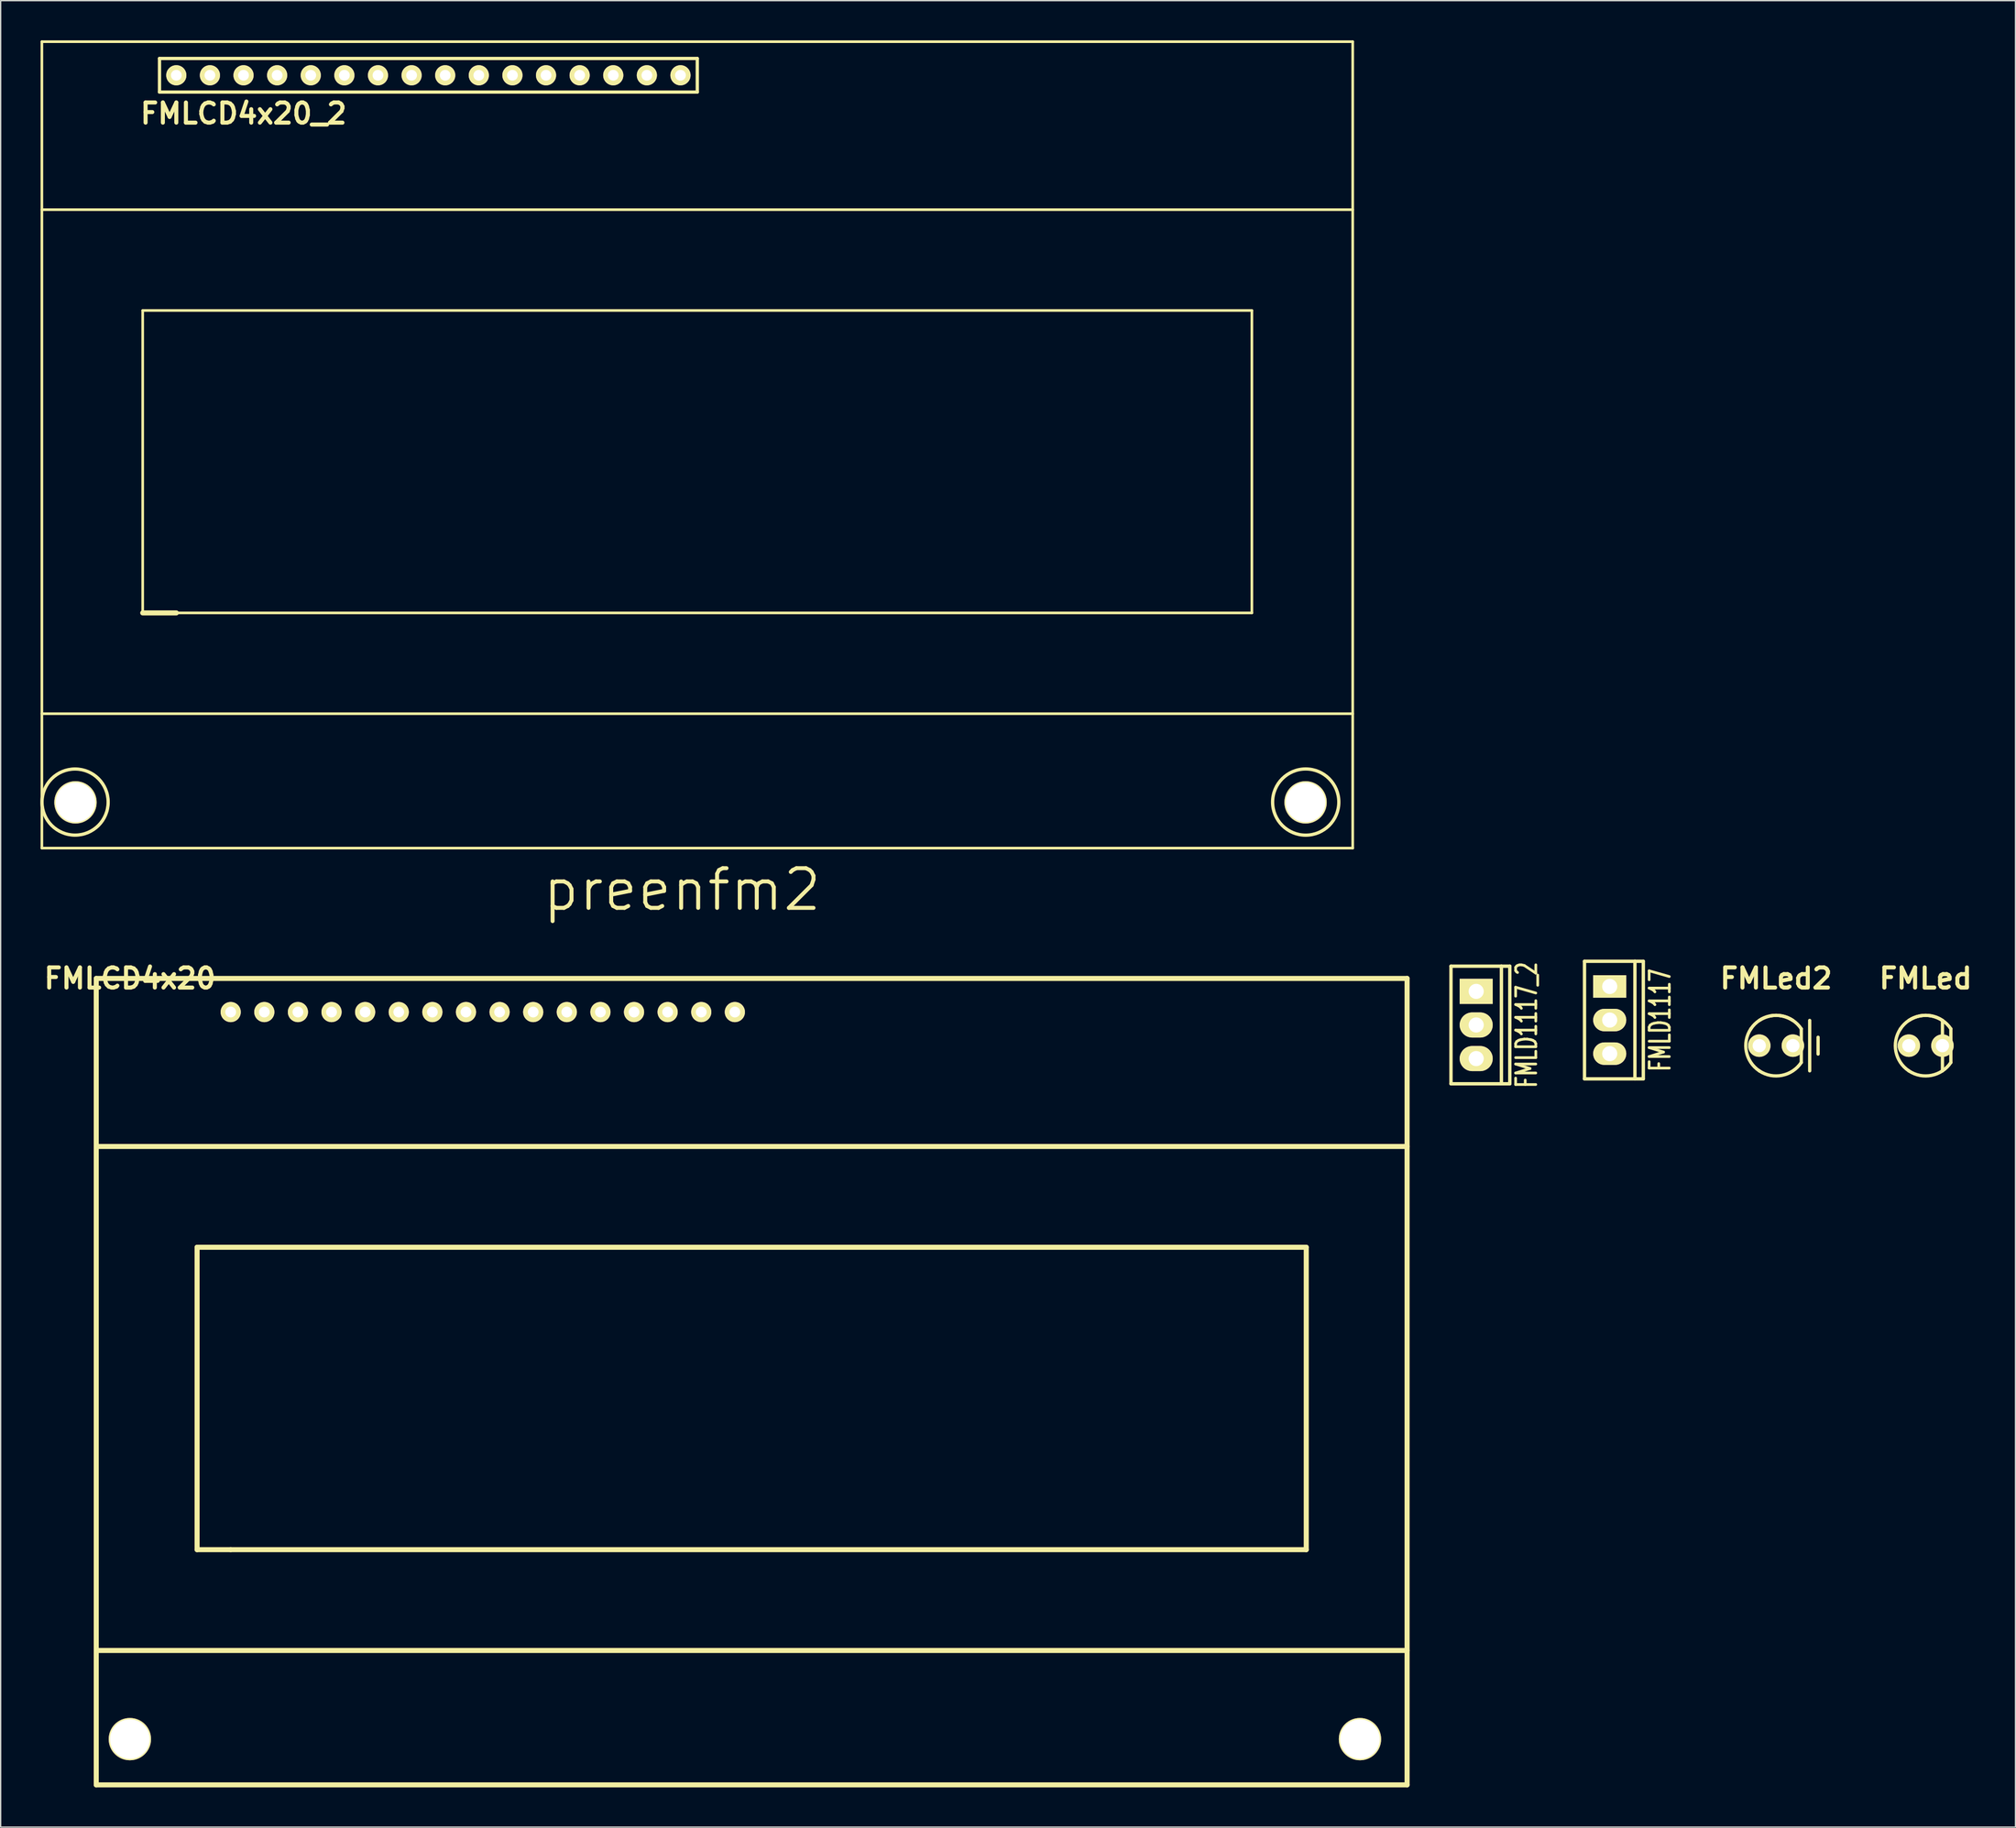
<source format=kicad_pcb>
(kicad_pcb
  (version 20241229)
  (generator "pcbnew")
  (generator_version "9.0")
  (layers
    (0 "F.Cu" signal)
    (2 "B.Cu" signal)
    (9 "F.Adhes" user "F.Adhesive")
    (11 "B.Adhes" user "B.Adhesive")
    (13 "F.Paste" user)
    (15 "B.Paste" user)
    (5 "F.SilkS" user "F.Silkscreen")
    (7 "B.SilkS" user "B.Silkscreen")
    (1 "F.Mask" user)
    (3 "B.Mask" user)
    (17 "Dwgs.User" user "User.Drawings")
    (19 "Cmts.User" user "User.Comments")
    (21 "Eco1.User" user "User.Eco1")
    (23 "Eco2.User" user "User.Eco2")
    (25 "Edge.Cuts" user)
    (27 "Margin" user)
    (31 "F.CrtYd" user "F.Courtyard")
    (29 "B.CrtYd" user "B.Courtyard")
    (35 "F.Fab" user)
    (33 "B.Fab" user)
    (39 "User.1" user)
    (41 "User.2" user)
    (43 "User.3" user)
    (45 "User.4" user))
  (footprint "FMLD1117"
    (layer "F.Cu")
    (at 118.596 74.058)
    (property "Reference" "FMLD1117" (at 3.81 0 90) (layer "F.SilkS") (effects (font (size 1.524 1.016) (thickness 0.203))))
    (attr through_hole)
    (fp_line (start -1.905 -4.445) (end 1.905 -4.445) (stroke (width 0.254) (type solid)) (layer "F.SilkS"))
    (fp_line (start -1.905 4.445) (end -1.905 -4.445) (stroke (width 0.254) (type solid)) (layer "F.SilkS"))
    (fp_line (start 1.905 -4.445) (end 1.905 4.445) (stroke (width 0.254) (type solid)) (layer "F.SilkS"))
    (fp_line (start 1.905 -4.445) (end 2.54 -4.445) (stroke (width 0.254) (type solid)) (layer "F.SilkS"))
    (fp_line (start 1.905 4.445) (end -1.905 4.445) (stroke (width 0.254) (type solid)) (layer "F.SilkS"))
    (fp_line (start 2.54 -4.445) (end 2.54 4.445) (stroke (width 0.254) (type solid)) (layer "F.SilkS"))
    (fp_line (start 2.54 4.445) (end 1.905 4.445) (stroke (width 0.254) (type solid)) (layer "F.SilkS"))
    (pad "1" thru_hole rect (at 0 -2.54) (size 2.499 1.699) (drill 1.143) (layers "*.Cu" "*.Mask" "F.SilkS"))
    (pad "2" thru_hole oval (at 0 0) (size 2.499 1.699) (drill 1.143) (layers "*.Cu" "*.Mask" "F.SilkS"))
    (pad "3" thru_hole oval (at 0 2.54) (size 2.499 1.699) (drill 1.143) (layers "*.Cu" "*.Mask" "F.SilkS")))
  (footprint "FMLD1117_2"
    (layer "F.Cu")
    (at 108.506 74.43)
    (property "Reference" "FMLD1117_2" (at 3.81 0 90) (layer "F.SilkS") (effects (font (size 1.524 1.016) (thickness 0.203))))
    (attr through_hole)
    (fp_line (start -1.905 -4.445) (end 1.905 -4.445) (stroke (width 0.254) (type solid)) (layer "F.SilkS"))
    (fp_line (start -1.905 4.445) (end -1.905 -4.445) (stroke (width 0.254) (type solid)) (layer "F.SilkS"))
    (fp_line (start 1.905 -4.445) (end 1.905 4.445) (stroke (width 0.254) (type solid)) (layer "F.SilkS"))
    (fp_line (start 1.905 -4.445) (end 2.54 -4.445) (stroke (width 0.254) (type solid)) (layer "F.SilkS"))
    (fp_line (start 1.905 4.445) (end -1.905 4.445) (stroke (width 0.254) (type solid)) (layer "F.SilkS"))
    (fp_line (start 2.54 -4.445) (end 2.54 4.445) (stroke (width 0.254) (type solid)) (layer "F.SilkS"))
    (fp_line (start 2.54 4.445) (end 1.905 4.445) (stroke (width 0.254) (type solid)) (layer "F.SilkS"))
    (pad "1" thru_hole rect (at 0 -2.54) (size 2.499 1.9) (drill 1.143) (layers "*.Cu" "*.Mask" "F.SilkS"))
    (pad "2" thru_hole oval (at 0 0) (size 2.499 1.9) (drill 1.143) (layers "*.Cu" "*.Mask" "F.SilkS"))
    (pad "3" thru_hole oval (at 0 2.54) (size 2.499 1.9) (drill 1.143) (layers "*.Cu" "*.Mask" "F.SilkS")))
  (footprint "FMLed"
    (layer "F.Cu")
    (at 142.471 75.992)
    (property "Reference" "FMLed" (at 0 -5.08 0) (layer "F.SilkS") (effects (font (size 1.524 1.524) (thickness 0.305))))
    (attr through_hole)
    (fp_line (start 1.27 1.905) (end 1.27 -1.905) (stroke (width 0.249) (type solid)) (layer "F.SilkS"))
    (fp_line (start 1.905 -1.27) (end 1.905 1.27) (stroke (width 0.249) (type solid)) (layer "F.SilkS"))
    (fp_arc (start -1.905 -1.27) (mid -0.449013 -2.245064) (end 1.27 -1.905) (stroke (width 0.24892) (type solid)) (layer "F.SilkS"))
    (fp_arc (start -1.27 -1.905) (mid 0.449013 -2.245064) (end 1.905 -1.27) (stroke (width 0.24892) (type solid)) (layer "F.SilkS"))
    (fp_arc (start -1.27 1.905) (mid -2.245064 0.449013) (end -1.905 -1.27) (stroke (width 0.24892) (type solid)) (layer "F.SilkS"))
    (fp_arc (start 1.905 1.27) (mid 0.449013 2.245064) (end -1.27 1.905) (stroke (width 0.24892) (type solid)) (layer "F.SilkS"))
    (pad "1" thru_hole circle (at -1.27 0) (size 1.699 1.699) (drill 1.001) (layers "*.Cu" "*.Mask" "F.SilkS"))
    (pad "2" thru_hole circle (at 1.27 0) (size 1.699 1.699) (drill 1.001) (layers "*.Cu" "*.Mask" "F.SilkS")))
  (footprint "FMLCD4x20"
    (layer "F.Cu")
    (at 52.484 101.392)
    (property "Reference" "FMLCD4x20" (at -45.72 -30.48 0) (layer "F.SilkS") (effects (font (size 1.524 1.524) (thickness 0.305))))
    (attr through_hole)
    (fp_line (start -48.26 -30.48) (end 50.8 -30.48) (stroke (width 0.381) (type solid)) (layer "F.SilkS"))
    (fp_line (start -48.26 -17.78) (end 50.8 -17.78) (stroke (width 0.381) (type solid)) (layer "F.SilkS"))
    (fp_line (start -48.26 20.32) (end 50.8 20.32) (stroke (width 0.381) (type solid)) (layer "F.SilkS"))
    (fp_line (start -48.26 30.48) (end -48.26 -30.48) (stroke (width 0.381) (type solid)) (layer "F.SilkS"))
    (fp_line (start -40.64 -10.16) (end 43.18 -10.16) (stroke (width 0.381) (type solid)) (layer "F.SilkS"))
    (fp_line (start -40.64 12.7) (end -40.64 -10.16) (stroke (width 0.381) (type solid)) (layer "F.SilkS"))
    (fp_line (start -38.1 12.7) (end -40.64 12.7) (stroke (width 0.381) (type solid)) (layer "F.SilkS"))
    (fp_line (start 43.18 -10.16) (end 43.18 12.7) (stroke (width 0.381) (type solid)) (layer "F.SilkS"))
    (fp_line (start 43.18 12.7) (end -38.1 12.7) (stroke (width 0.381) (type solid)) (layer "F.SilkS"))
    (fp_line (start 50.8 -30.48) (end 50.8 30.48) (stroke (width 0.381) (type solid)) (layer "F.SilkS"))
    (fp_line (start 50.8 30.48) (end -48.26 30.48) (stroke (width 0.381) (type solid)) (layer "F.SilkS"))
    (pad "" thru_hole circle (at -45.72 27.021) (size 3.2 3.2) (drill 3) (layers "*.Cu" "*.Mask" "F.SilkS"))
    (pad "" thru_hole circle (at 47.239 27.021) (size 3.2 3.2) (drill 3) (layers "*.Cu" "*.Mask" "F.SilkS"))
    (pad "1" thru_hole circle (at -38.1 -27.94) (size 1.524 1.524) (drill 0.813) (layers "*.Cu" "*.Mask" "F.SilkS"))
    (pad "2" thru_hole circle (at -35.56 -27.94) (size 1.524 1.524) (drill 0.813) (layers "*.Cu" "*.Mask" "F.SilkS"))
    (pad "3" thru_hole circle (at -33.02 -27.94) (size 1.524 1.524) (drill 0.813) (layers "*.Cu" "*.Mask" "F.SilkS"))
    (pad "4" thru_hole circle (at -30.48 -27.94) (size 1.524 1.524) (drill 0.813) (layers "*.Cu" "*.Mask" "F.SilkS"))
    (pad "5" thru_hole circle (at -27.94 -27.94) (size 1.524 1.524) (drill 0.813) (layers "*.Cu" "*.Mask" "F.SilkS"))
    (pad "6" thru_hole circle (at -25.4 -27.94) (size 1.524 1.524) (drill 0.813) (layers "*.Cu" "*.Mask" "F.SilkS"))
    (pad "7" thru_hole circle (at -22.86 -27.94) (size 1.524 1.524) (drill 0.813) (layers "*.Cu" "*.Mask" "F.SilkS"))
    (pad "8" thru_hole circle (at -20.32 -27.94) (size 1.524 1.524) (drill 0.813) (layers "*.Cu" "*.Mask" "F.SilkS"))
    (pad "9" thru_hole circle (at -17.78 -27.94) (size 1.524 1.524) (drill 0.813) (layers "*.Cu" "*.Mask" "F.SilkS"))
    (pad "10" thru_hole circle (at -15.24 -27.94) (size 1.524 1.524) (drill 0.813) (layers "*.Cu" "*.Mask" "F.SilkS"))
    (pad "11" thru_hole circle (at -12.7 -27.94) (size 1.524 1.524) (drill 0.813) (layers "*.Cu" "*.Mask" "F.SilkS"))
    (pad "12" thru_hole circle (at -10.16 -27.94) (size 1.524 1.524) (drill 0.813) (layers "*.Cu" "*.Mask" "F.SilkS"))
    (pad "13" thru_hole circle (at -7.62 -27.94) (size 1.524 1.524) (drill 0.813) (layers "*.Cu" "*.Mask" "F.SilkS"))
    (pad "14" thru_hole circle (at -5.08 -27.94) (size 1.524 1.524) (drill 0.813) (layers "*.Cu" "*.Mask" "F.SilkS"))
    (pad "15" thru_hole circle (at -2.54 -27.94) (size 1.524 1.524) (drill 0.813) (layers "*.Cu" "*.Mask" "F.SilkS"))
    (pad "16" thru_hole circle (at 0 -27.94) (size 1.524 1.524) (drill 0.813) (layers "*.Cu" "*.Mask" "F.SilkS")))
  (footprint "FMLCD4x20_2"
    (layer "F.Cu")
    (at 48.374 30.58)
    (property "Reference" "FMLCD4x20_2" (at -33.02 -25.049 180) (layer "F.SilkS") (effects (font (size 1.524 1.524) (thickness 0.305))))
    (attr through_hole)
    (fp_line (start -48.26 -30.48) (end 50.8 -30.48) (stroke (width 0.2) (type solid)) (layer "F.SilkS"))
    (fp_line (start -48.26 -17.78) (end 50.8 -17.78) (stroke (width 0.2) (type solid)) (layer "F.SilkS"))
    (fp_line (start -48.26 20.32) (end 50.8 20.32) (stroke (width 0.2) (type solid)) (layer "F.SilkS"))
    (fp_line (start -48.26 30.48) (end -48.26 -30.48) (stroke (width 0.2) (type solid)) (layer "F.SilkS"))
    (fp_line (start -40.64 -10.16) (end 43.18 -10.16) (stroke (width 0.2) (type solid)) (layer "F.SilkS"))
    (fp_line (start -40.64 12.7) (end -40.64 -10.16) (stroke (width 0.2) (type solid)) (layer "F.SilkS"))
    (fp_line (start -39.37 -29.21) (end -39.37 -26.67) (stroke (width 0.249) (type solid)) (layer "F.SilkS"))
    (fp_line (start -39.37 -26.67) (end 1.27 -26.67) (stroke (width 0.249) (type solid)) (layer "F.SilkS"))
    (fp_line (start -38.1 12.7) (end -40.64 12.7) (stroke (width 0.381) (type solid)) (layer "F.SilkS"))
    (fp_line (start 1.27 -29.21) (end -39.37 -29.21) (stroke (width 0.249) (type solid)) (layer "F.SilkS"))
    (fp_line (start 1.27 -26.67) (end 1.27 -29.21) (stroke (width 0.249) (type solid)) (layer "F.SilkS"))
    (fp_line (start 43.18 -10.16) (end 43.18 12.7) (stroke (width 0.2) (type solid)) (layer "F.SilkS"))
    (fp_line (start 43.18 12.7) (end -38.1 12.7) (stroke (width 0.2) (type solid)) (layer "F.SilkS"))
    (fp_line (start 50.8 -30.48) (end 50.8 30.48) (stroke (width 0.2) (type solid)) (layer "F.SilkS"))
    (fp_line (start 50.8 30.48) (end -48.26 30.48) (stroke (width 0.2) (type solid)) (layer "F.SilkS"))
    (fp_circle (center -45.75 27) (end -43.251 27) (stroke (width 0.249) (type solid)) (fill no) (layer "F.SilkS"))
    (fp_circle (center 47.249 27) (end 49.751 27) (stroke (width 0.249) (type solid)) (fill no) (layer "F.SilkS"))
    (fp_text user "preenfm2" (at 0.122 33.625 180) (layer "F.SilkS") (effects (font (size 3 3) (thickness 0.3))))
    (pad "" thru_hole circle (at -45.72 27.021) (size 3.2 3.2) (drill 3) (layers "*.Cu" "*.Mask" "F.SilkS"))
    (pad "" thru_hole circle (at 47.239 27.021) (size 3.2 3.2) (drill 3) (layers "*.Cu" "*.Mask" "F.SilkS"))
    (pad "1" thru_hole circle (at -38.1 -27.94) (size 1.524 1.524) (drill 0.813) (layers "*.Cu" "*.Mask" "F.SilkS"))
    (pad "2" thru_hole circle (at -35.56 -27.94) (size 1.524 1.524) (drill 0.813) (layers "*.Cu" "*.Mask" "F.SilkS"))
    (pad "3" thru_hole circle (at -33.02 -27.94) (size 1.524 1.524) (drill 0.813) (layers "*.Cu" "*.Mask" "F.SilkS"))
    (pad "4" thru_hole circle (at -30.48 -27.94) (size 1.524 1.524) (drill 0.813) (layers "*.Cu" "*.Mask" "F.SilkS"))
    (pad "5" thru_hole circle (at -27.94 -27.94) (size 1.524 1.524) (drill 0.813) (layers "*.Cu" "*.Mask" "F.SilkS"))
    (pad "6" thru_hole circle (at -25.4 -27.94) (size 1.524 1.524) (drill 0.813) (layers "*.Cu" "*.Mask" "F.SilkS"))
    (pad "7" thru_hole circle (at -22.86 -27.94) (size 1.524 1.524) (drill 0.813) (layers "*.Cu" "*.Mask" "F.SilkS"))
    (pad "8" thru_hole circle (at -20.32 -27.94) (size 1.524 1.524) (drill 0.813) (layers "*.Cu" "*.Mask" "F.SilkS"))
    (pad "9" thru_hole circle (at -17.78 -27.94) (size 1.524 1.524) (drill 0.813) (layers "*.Cu" "*.Mask" "F.SilkS"))
    (pad "10" thru_hole circle (at -15.24 -27.94) (size 1.524 1.524) (drill 0.813) (layers "*.Cu" "*.Mask" "F.SilkS"))
    (pad "11" thru_hole circle (at -12.7 -27.94) (size 1.524 1.524) (drill 0.813) (layers "*.Cu" "*.Mask" "F.SilkS"))
    (pad "12" thru_hole circle (at -10.16 -27.94) (size 1.524 1.524) (drill 0.813) (layers "*.Cu" "*.Mask" "F.SilkS"))
    (pad "13" thru_hole circle (at -7.62 -27.94) (size 1.524 1.524) (drill 0.813) (layers "*.Cu" "*.Mask" "F.SilkS"))
    (pad "14" thru_hole circle (at -5.08 -27.94) (size 1.524 1.524) (drill 0.813) (layers "*.Cu" "*.Mask" "F.SilkS"))
    (pad "15" thru_hole circle (at -2.54 -27.94) (size 1.524 1.524) (drill 0.813) (layers "*.Cu" "*.Mask" "F.SilkS"))
    (pad "16" thru_hole circle (at 0 -27.94) (size 1.524 1.524) (drill 0.813) (layers "*.Cu" "*.Mask" "F.SilkS")))
  (footprint "FMLed2"
    (layer "F.Cu")
    (at 131.168 75.992)
    (property "Reference" "FMLed2" (at 0 -5.08 0) (layer "F.SilkS") (effects (font (size 1.524 1.524) (thickness 0.305))))
    (attr through_hole)
    (fp_line (start 1.905 -1.27) (end 1.905 1.27) (stroke (width 0.249) (type solid)) (layer "F.SilkS"))
    (fp_line (start 2.54 -1.905) (end 2.54 1.905) (stroke (width 0.249) (type solid)) (layer "F.SilkS"))
    (fp_line (start 3.175 -0.635) (end 3.175 0.635) (stroke (width 0.249) (type solid)) (layer "F.SilkS"))
    (fp_arc (start -1.905 -1.27) (mid -0.449013 -2.245064) (end 1.27 -1.905) (stroke (width 0.24892) (type solid)) (layer "F.SilkS"))
    (fp_arc (start -1.27 -1.905) (mid 0.449013 -2.245064) (end 1.905 -1.27) (stroke (width 0.24892) (type solid)) (layer "F.SilkS"))
    (fp_arc (start -1.27 1.905) (mid -2.245064 0.449013) (end -1.905 -1.27) (stroke (width 0.24892) (type solid)) (layer "F.SilkS"))
    (fp_arc (start 1.905 1.27) (mid 0.449013 2.245064) (end -1.27 1.905) (stroke (width 0.24892) (type solid)) (layer "F.SilkS"))
    (pad "1" thru_hole circle (at -1.27 0) (size 1.699 1.699) (drill 1.001) (layers "*.Cu" "*.Mask" "F.SilkS"))
    (pad "2" thru_hole circle (at 1.27 0) (size 1.699 1.699) (drill 1.001) (layers "*.Cu" "*.Mask" "F.SilkS")))
  (gr_rect
    (start -3 -3)
    (end 149.259 135.063)
    (stroke (width 0.1) (type default))
    (fill no)
    (layer "Edge.Cuts")))
</source>
